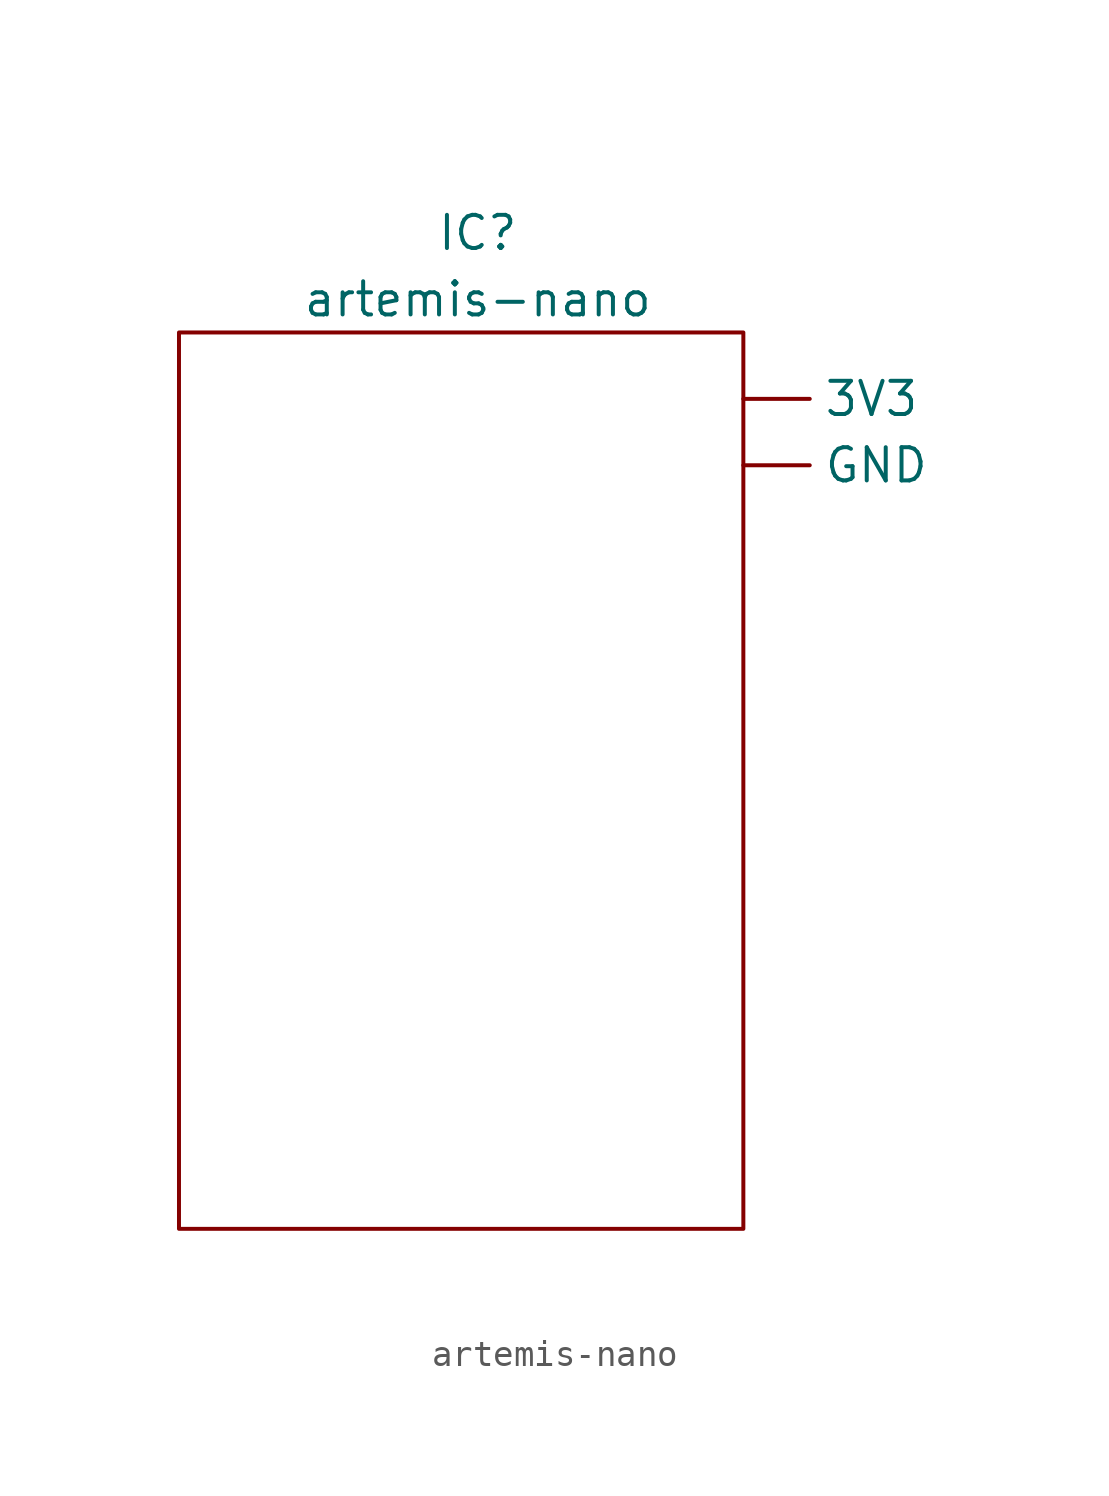
<source format=kicad_sym>
(kicad_symbol_lib
  (version 20211014)
  (generator kicad_symbol_editor)
  (symbol "artemis-nano"
    (property "Reference" "IC"
      (at 0 1.27 0)
      (effects (font (size 1.27 1.27))))
    (property "Value" "artemis-nano"
      (at 0 -1.27 0)
      (effects (font (size 1.27 1.27))))
    (symbol "artemis-nano_0_1"
      (rectangle (start -11.43 -2.54) (end 10.16 -36.83) (stroke (width 0) (type default) (color 0 0 0 0)) (fill (type none))))
    (symbol "artemis-nano_1_1"
      (pin power_in line (at 10.16 -5.08 0) (length 2.54) (name "3V3" (effects (font (size 1.27 1.27)))) (number "" (effects (font (size 1.27 1.27)))))
      (pin power_in line (at 10.16 -7.62 0) (length 2.54) (name "GND" (effects (font (size 1.27 1.27)))) (number "" (effects (font (size 1.27 1.27))))))))
</source>
